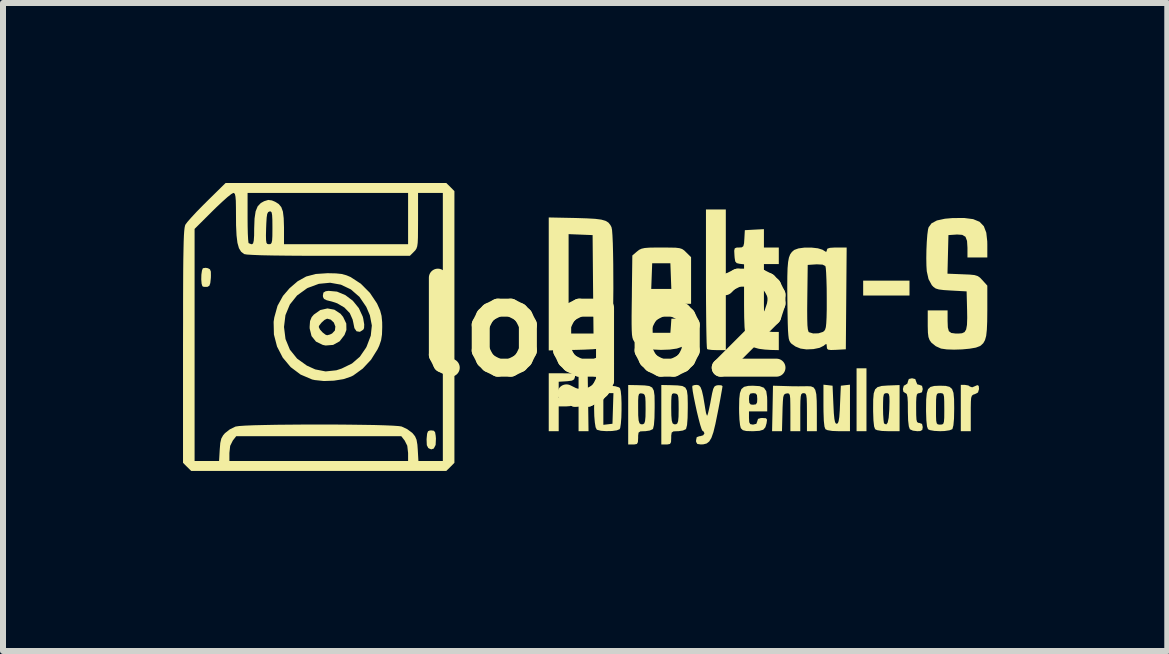
<source format=kicad_pcb>
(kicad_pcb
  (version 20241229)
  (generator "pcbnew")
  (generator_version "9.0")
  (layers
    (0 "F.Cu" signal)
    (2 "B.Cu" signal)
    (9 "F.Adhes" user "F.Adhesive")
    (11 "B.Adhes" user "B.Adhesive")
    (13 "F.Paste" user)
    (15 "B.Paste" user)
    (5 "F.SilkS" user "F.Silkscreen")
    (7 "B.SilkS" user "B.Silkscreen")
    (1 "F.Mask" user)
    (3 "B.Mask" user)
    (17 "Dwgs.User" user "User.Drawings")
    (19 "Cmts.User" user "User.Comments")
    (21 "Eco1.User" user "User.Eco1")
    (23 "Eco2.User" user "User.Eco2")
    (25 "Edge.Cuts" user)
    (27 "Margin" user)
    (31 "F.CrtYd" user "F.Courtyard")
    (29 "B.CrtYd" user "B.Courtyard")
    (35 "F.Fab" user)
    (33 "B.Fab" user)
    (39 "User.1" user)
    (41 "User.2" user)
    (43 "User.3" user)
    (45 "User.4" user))
  (footprint "logo2"
    (layer "F.Cu")
    (at 7.033 2.399)
    (property "Reference" "logo2" (at 0 0 0) (layer "F.SilkS") (effects (font (size 1.5 1.5) (thickness 0.3))))
    (attr board_only exclude_from_pos_files exclude_from_bom)
    (fp_poly (pts (xy -0.365 0.695) (xy -0.29 0.703) (xy -0.282 1.22) (xy -0.275 1.737) (xy -0.358 1.737) (xy -0.441 1.737) (xy -0.441 1.212) (xy -0.441 0.686)) (stroke (width 0) (type solid)) (fill yes) (layer "F.SilkS"))
    (fp_poly (pts (xy 4.357 1.213) (xy 4.357 1.737) (xy 4.275 1.737) (xy 4.192 1.737) (xy 4.192 1.213) (xy 4.192 0.689) (xy 4.275 0.689) (xy 4.357 0.689)) (stroke (width 0) (type solid)) (fill yes) (layer "F.SilkS"))
    (fp_poly (pts (xy 5.074 -0.648) (xy 5.074 -0.524) (xy 4.688 -0.524) (xy 4.302 -0.524) (xy 4.302 -0.648) (xy 4.302 -0.772) (xy 4.688 -0.772) (xy 5.074 -0.772)) (stroke (width 0) (type solid)) (fill yes) (layer "F.SilkS"))
    (fp_poly (pts (xy -2.854 1.729) (xy -2.832 1.754) (xy -2.822 1.813) (xy -2.818 1.859) (xy -2.823 1.966) (xy -2.854 2.026) (xy -2.896 2.04) (xy -2.928 2.027) (xy -2.946 2.017) (xy -2.97 1.97) (xy -2.974 1.873) (xy -2.973 1.859) (xy -2.965 1.778) (xy -2.95 1.738) (xy -2.919 1.725) (xy -2.896 1.724)) (stroke (width 0) (type solid)) (fill yes) (layer "F.SilkS"))
    (fp_poly (pts (xy 2.013 -0.786) (xy 2.013 0.386) (xy 1.866 0.386) (xy 1.78 0.383) (xy 1.719 0.375) (xy 1.701 0.368) (xy 1.697 0.337) (xy 1.693 0.257) (xy 1.69 0.134) (xy 1.687 -0.028) (xy 1.685 -0.22) (xy 1.683 -0.439) (xy 1.682 -0.679) (xy 1.682 -0.804) (xy 1.682 -1.958) (xy 1.848 -1.958) (xy 2.013 -1.958)) (stroke (width 0) (type solid)) (fill yes) (layer "F.SilkS"))
    (fp_poly (pts (xy -6.617 -0.979) (xy -6.584 -0.96) (xy -6.569 -0.923) (xy -6.568 -0.852) (xy -6.569 -0.818) (xy -6.578 -0.732) (xy -6.594 -0.687) (xy -6.625 -0.669) (xy -6.634 -0.668) (xy -6.689 -0.669) (xy -6.71 -0.679) (xy -6.723 -0.72) (xy -6.729 -0.791) (xy -6.727 -0.872) (xy -6.717 -0.942) (xy -6.702 -0.979) (xy -6.701 -0.979) (xy -6.655 -0.986)) (stroke (width 0) (type solid)) (fill yes) (layer "F.SilkS"))
    (fp_poly (pts (xy 6.055 0.975) (xy 6.081 0.993) (xy 6.118 1.006) (xy 6.15 0.993) (xy 6.205 0.969) (xy 6.228 0.982) (xy 6.233 1.034) (xy 6.216 1.092) (xy 6.164 1.119) (xy 6.134 1.129) (xy 6.114 1.146) (xy 6.102 1.181) (xy 6.097 1.244) (xy 6.095 1.345) (xy 6.095 1.437) (xy 6.095 1.737) (xy 6.012 1.737) (xy 5.929 1.737) (xy 5.929 1.351) (xy 5.929 0.965) (xy 5.997 0.965)) (stroke (width 0) (type solid)) (fill yes) (layer "F.SilkS"))
    (fp_poly (pts (xy -4.467 -0.589) (xy -4.328 -0.531) (xy -4.203 -0.437) (xy -4.103 -0.314) (xy -4.038 -0.173) (xy -4.029 -0.138) (xy -4.013 -0.041) (xy -4.016 0.019) (xy -4.029 0.045) (xy -4.085 0.081) (xy -4.141 0.072) (xy -4.176 0.021) (xy -4.178 0.014) (xy -4.195 -0.071) (xy -4.207 -0.125) (xy -4.254 -0.231) (xy -4.344 -0.324) (xy -4.463 -0.394) (xy -4.55 -0.423) (xy -4.638 -0.445) (xy -4.683 -0.467) (xy -4.7 -0.499) (xy -4.702 -0.525) (xy -4.693 -0.573) (xy -4.656 -0.595) (xy -4.608 -0.602)) (stroke (width 0) (type solid)) (fill yes) (layer "F.SilkS"))
    (fp_poly (pts (xy 4.082 1.35) (xy 4.082 1.737) (xy 3.894 1.737) (xy 3.787 1.733) (xy 3.708 1.72) (xy 3.673 1.704) (xy 3.657 1.66) (xy 3.646 1.563) (xy 3.641 1.414) (xy 3.64 1.316) (xy 3.64 0.962) (xy 3.716 0.97) (xy 3.792 0.979) (xy 3.806 1.296) (xy 3.813 1.437) (xy 3.822 1.53) (xy 3.833 1.585) (xy 3.848 1.61) (xy 3.861 1.613) (xy 3.88 1.604) (xy 3.893 1.569) (xy 3.904 1.501) (xy 3.912 1.391) (xy 3.916 1.296) (xy 3.93 0.979) (xy 4.006 0.97) (xy 4.082 0.962)) (stroke (width 0) (type solid)) (fill yes) (layer "F.SilkS"))
    (fp_poly (pts (xy -0.605 0.773) (xy -0.54 0.777) (xy -0.508 0.789) (xy -0.499 0.81) (xy -0.501 0.834) (xy -0.515 0.873) (xy -0.551 0.894) (xy -0.626 0.904) (xy -0.641 0.905) (xy -0.772 0.913) (xy -0.772 1.048) (xy -0.772 1.183) (xy -0.669 1.191) (xy -0.597 1.204) (xy -0.564 1.233) (xy -0.557 1.262) (xy -0.557 1.301) (xy -0.583 1.319) (xy -0.648 1.324) (xy -0.66 1.324) (xy -0.772 1.324) (xy -0.772 1.531) (xy -0.772 1.737) (xy -0.855 1.737) (xy -0.938 1.737) (xy -0.938 1.255) (xy -0.938 0.772) (xy -0.715 0.772)) (stroke (width 0) (type solid)) (fill yes) (layer "F.SilkS"))
    (fp_poly (pts (xy -4.511 -0.288) (xy -4.409 -0.221) (xy -4.365 -0.168) (xy -4.312 -0.057) (xy -4.31 0.05) (xy -4.342 0.134) (xy -4.423 0.239) (xy -4.531 0.299) (xy -4.656 0.309) (xy -4.704 0.299) (xy -4.817 0.244) (xy -4.891 0.152) (xy -4.922 0.027) (xy -4.923 0) (xy -4.771 0) (xy -4.751 0.042) (xy -4.706 0.092) (xy -4.656 0.13) (xy -4.631 0.138) (xy -4.585 0.126) (xy -4.549 0.109) (xy -4.502 0.059) (xy -4.494 -0.007) (xy -4.519 -0.073) (xy -4.571 -0.122) (xy -4.631 -0.138) (xy -4.674 -0.118) (xy -4.724 -0.073) (xy -4.763 -0.024) (xy -4.771 0) (xy -4.923 0) (xy -4.923 -0.002) (xy -4.916 -0.098) (xy -4.889 -0.164) (xy -4.853 -0.206) (xy -4.745 -0.282) (xy -4.626 -0.309)) (stroke (width 0) (type solid)) (fill yes) (layer "F.SilkS"))
    (fp_poly (pts (xy 0.172 0.988) (xy 0.234 1.007) (xy 0.249 1.02) (xy 0.262 1.069) (xy 0.271 1.156) (xy 0.275 1.268) (xy 0.275 1.39) (xy 0.272 1.509) (xy 0.264 1.611) (xy 0.253 1.682) (xy 0.243 1.704) (xy 0.196 1.723) (xy 0.115 1.734) (xy 0.02 1.736) (xy -0.069 1.73) (xy -0.132 1.714) (xy -0.138 1.71) (xy -0.157 1.672) (xy -0.17 1.592) (xy -0.179 1.485) (xy -0.182 1.363) (xy -0.18 1.242) (xy -0.173 1.134) (xy -0.168 1.103) (xy -0.028 1.103) (xy -0.028 1.367) (xy -0.028 1.631) (xy 0.048 1.622) (xy 0.124 1.613) (xy 0.132 1.358) (xy 0.14 1.103) (xy 0.056 1.103) (xy -0.028 1.103) (xy -0.168 1.103) (xy -0.16 1.053) (xy -0.143 1.015) (xy -0.093 0.992) (xy -0.011 0.98) (xy 0.084 0.979)) (stroke (width 0) (type solid)) (fill yes) (layer "F.SilkS"))
    (fp_poly (pts (xy 4.909 1.353) (xy 4.909 1.737) (xy 4.721 1.737) (xy 4.614 1.733) (xy 4.535 1.72) (xy 4.501 1.704) (xy 4.484 1.657) (xy 4.473 1.556) (xy 4.468 1.404) (xy 4.468 1.363) (xy 4.468 1.347) (xy 4.633 1.347) (xy 4.635 1.458) (xy 4.641 1.547) (xy 4.648 1.601) (xy 4.652 1.609) (xy 4.686 1.625) (xy 4.71 1.595) (xy 4.727 1.515) (xy 4.737 1.383) (xy 4.738 1.356) (xy 4.741 1.237) (xy 4.739 1.163) (xy 4.731 1.123) (xy 4.715 1.106) (xy 4.689 1.103) (xy 4.663 1.107) (xy 4.646 1.126) (xy 4.637 1.171) (xy 4.634 1.252) (xy 4.633 1.347) (xy 4.468 1.347) (xy 4.469 1.212) (xy 4.478 1.107) (xy 4.501 1.04) (xy 4.542 1.002) (xy 4.609 0.983) (xy 4.707 0.976) (xy 4.733 0.975) (xy 4.909 0.968)) (stroke (width 0) (type solid)) (fill yes) (layer "F.SilkS"))
    (fp_poly (pts (xy -0.49 -1.816) (xy -0.303 -1.81) (xy -0.163 -1.802) (xy -0.062 -1.789) (xy 0.008 -1.769) (xy 0.056 -1.74) (xy 0.089 -1.699) (xy 0.108 -1.662) (xy 0.117 -1.616) (xy 0.124 -1.523) (xy 0.13 -1.391) (xy 0.134 -1.229) (xy 0.137 -1.045) (xy 0.138 -0.848) (xy 0.139 -0.645) (xy 0.137 -0.445) (xy 0.135 -0.257) (xy 0.131 -0.087) (xy 0.126 0.054) (xy 0.119 0.159) (xy 0.111 0.22) (xy 0.108 0.228) (xy 0.081 0.278) (xy 0.044 0.315) (xy -0.009 0.342) (xy -0.086 0.36) (xy -0.197 0.371) (xy -0.349 0.378) (xy -0.49 0.382) (xy -0.938 0.391) (xy -0.938 -0.717) (xy -0.938 -1.547) (xy -0.607 -1.547) (xy -0.607 -0.718) (xy -0.607 0.11) (xy -0.399 0.11) (xy -0.192 0.11) (xy -0.2 -0.71) (xy -0.207 -1.531) (xy -0.407 -1.539) (xy -0.607 -1.547) (xy -0.938 -1.547) (xy -0.938 -1.825)) (stroke (width 0) (type solid)) (fill yes) (layer "F.SilkS"))
    (fp_poly (pts (xy 5.17 0.868) (xy 5.185 0.91) (xy 5.204 0.956) (xy 5.24 0.965) (xy 5.283 0.981) (xy 5.295 1.034) (xy 5.282 1.088) (xy 5.24 1.103) (xy 5.214 1.107) (xy 5.197 1.127) (xy 5.189 1.172) (xy 5.185 1.253) (xy 5.185 1.351) (xy 5.186 1.469) (xy 5.19 1.543) (xy 5.2 1.582) (xy 5.218 1.597) (xy 5.24 1.6) (xy 5.283 1.616) (xy 5.295 1.669) (xy 5.287 1.716) (xy 5.253 1.735) (xy 5.204 1.737) (xy 5.131 1.728) (xy 5.081 1.705) (xy 5.08 1.704) (xy 5.063 1.657) (xy 5.051 1.558) (xy 5.047 1.411) (xy 5.047 1.387) (xy 5.046 1.256) (xy 5.041 1.172) (xy 5.031 1.124) (xy 5.016 1.105) (xy 5.006 1.103) (xy 4.972 1.079) (xy 4.964 1.034) (xy 4.979 0.979) (xy 5.006 0.965) (xy 5.039 0.942) (xy 5.047 0.91) (xy 5.063 0.867) (xy 5.116 0.855)) (stroke (width 0) (type solid)) (fill yes) (layer "F.SilkS"))
    (fp_poly (pts (xy 2.979 0.984) (xy 3.116 0.988) (xy 3.223 0.989) (xy 3.325 0.988) (xy 3.371 0.987) (xy 3.432 0.99) (xy 3.476 1.008) (xy 3.504 1.049) (xy 3.521 1.121) (xy 3.528 1.232) (xy 3.53 1.39) (xy 3.53 1.396) (xy 3.53 1.737) (xy 3.447 1.737) (xy 3.365 1.737) (xy 3.365 1.42) (xy 3.364 1.284) (xy 3.361 1.194) (xy 3.354 1.14) (xy 3.342 1.113) (xy 3.323 1.104) (xy 3.309 1.103) (xy 3.286 1.107) (xy 3.27 1.123) (xy 3.261 1.161) (xy 3.256 1.232) (xy 3.254 1.343) (xy 3.254 1.42) (xy 3.254 1.737) (xy 3.172 1.737) (xy 3.089 1.737) (xy 3.089 1.418) (xy 3.088 1.282) (xy 3.086 1.192) (xy 3.08 1.138) (xy 3.068 1.113) (xy 3.049 1.106) (xy 3.027 1.108) (xy 3 1.115) (xy 2.982 1.132) (xy 2.97 1.169) (xy 2.964 1.237) (xy 2.959 1.344) (xy 2.957 1.427) (xy 2.949 1.737) (xy 2.867 1.737) (xy 2.784 1.737) (xy 2.792 1.358) (xy 2.799 0.979)) (stroke (width 0) (type solid)) (fill yes) (layer "F.SilkS"))
    (fp_poly (pts (xy 0.545 0.97) (xy 0.659 0.974) (xy 0.737 0.984) (xy 0.786 1.01) (xy 0.813 1.061) (xy 0.825 1.145) (xy 0.827 1.272) (xy 0.827 1.345) (xy 0.824 1.517) (xy 0.815 1.634) (xy 0.8 1.697) (xy 0.794 1.704) (xy 0.746 1.726) (xy 0.671 1.737) (xy 0.656 1.737) (xy 0.589 1.74) (xy 0.559 1.76) (xy 0.552 1.811) (xy 0.552 1.848) (xy 0.548 1.919) (xy 0.531 1.95) (xy 0.487 1.958) (xy 0.469 1.958) (xy 0.386 1.958) (xy 0.386 1.463) (xy 0.386 1.345) (xy 0.552 1.345) (xy 0.553 1.475) (xy 0.56 1.559) (xy 0.575 1.605) (xy 0.599 1.622) (xy 0.633 1.621) (xy 0.654 1.607) (xy 0.667 1.569) (xy 0.674 1.496) (xy 0.676 1.379) (xy 0.676 1.365) (xy 0.675 1.247) (xy 0.671 1.173) (xy 0.66 1.133) (xy 0.642 1.115) (xy 0.614 1.108) (xy 0.584 1.107) (xy 0.566 1.119) (xy 0.556 1.155) (xy 0.552 1.226) (xy 0.552 1.341) (xy 0.552 1.345) (xy 0.386 1.345) (xy 0.386 0.967)) (stroke (width 0) (type solid)) (fill yes) (layer "F.SilkS"))
    (fp_poly (pts (xy 1.096 0.97) (xy 1.21 0.974) (xy 1.288 0.984) (xy 1.338 1.01) (xy 1.365 1.061) (xy 1.376 1.145) (xy 1.379 1.272) (xy 1.379 1.345) (xy 1.376 1.517) (xy 1.367 1.634) (xy 1.351 1.697) (xy 1.346 1.704) (xy 1.298 1.726) (xy 1.223 1.737) (xy 1.208 1.737) (xy 1.141 1.74) (xy 1.111 1.76) (xy 1.103 1.811) (xy 1.103 1.848) (xy 1.1 1.919) (xy 1.082 1.95) (xy 1.038 1.958) (xy 1.02 1.958) (xy 0.938 1.958) (xy 0.938 1.463) (xy 0.938 1.345) (xy 1.103 1.345) (xy 1.105 1.475) (xy 1.112 1.559) (xy 1.126 1.605) (xy 1.151 1.622) (xy 1.185 1.621) (xy 1.205 1.607) (xy 1.218 1.569) (xy 1.225 1.496) (xy 1.227 1.379) (xy 1.227 1.365) (xy 1.226 1.247) (xy 1.222 1.173) (xy 1.212 1.133) (xy 1.193 1.115) (xy 1.165 1.108) (xy 1.136 1.107) (xy 1.117 1.119) (xy 1.108 1.155) (xy 1.104 1.226) (xy 1.103 1.341) (xy 1.103 1.345) (xy 0.938 1.345) (xy 0.938 0.967)) (stroke (width 0) (type solid)) (fill yes) (layer "F.SilkS"))
    (fp_poly (pts (xy 2.648 -1.477) (xy 2.648 -1.324) (xy 2.772 -1.324) (xy 2.896 -1.324) (xy 2.896 -1.186) (xy 2.896 -1.048) (xy 2.772 -1.048) (xy 2.648 -1.048) (xy 2.648 -0.526) (xy 2.648 -0.36) (xy 2.651 -0.211) (xy 2.654 -0.088) (xy 2.659 -0.002) (xy 2.664 0.039) (xy 2.664 0.039) (xy 2.705 0.072) (xy 2.788 0.083) (xy 2.896 0.083) (xy 2.896 0.234) (xy 2.896 0.386) (xy 2.765 0.383) (xy 2.665 0.377) (xy 2.572 0.365) (xy 2.549 0.36) (xy 2.48 0.34) (xy 2.427 0.313) (xy 2.386 0.272) (xy 2.357 0.211) (xy 2.337 0.123) (xy 2.325 0.002) (xy 2.319 -0.159) (xy 2.317 -0.366) (xy 2.317 -0.466) (xy 2.317 -1.044) (xy 2.241 -1.053) (xy 2.194 -1.064) (xy 2.17 -1.092) (xy 2.16 -1.153) (xy 2.157 -1.193) (xy 2.153 -1.272) (xy 2.162 -1.31) (xy 2.192 -1.323) (xy 2.231 -1.324) (xy 2.279 -1.327) (xy 2.305 -1.346) (xy 2.317 -1.394) (xy 2.322 -1.469) (xy 2.33 -1.613) (xy 2.489 -1.622) (xy 2.648 -1.63)) (stroke (width 0) (type solid)) (fill yes) (layer "F.SilkS"))
    (fp_poly (pts (xy 1.566 0.974) (xy 1.592 1.004) (xy 1.615 1.064) (xy 1.637 1.161) (xy 1.661 1.303) (xy 1.67 1.36) (xy 1.683 1.433) (xy 1.697 1.473) (xy 1.704 1.477) (xy 1.715 1.444) (xy 1.733 1.371) (xy 1.754 1.27) (xy 1.763 1.22) (xy 1.785 1.105) (xy 1.803 1.033) (xy 1.823 0.994) (xy 1.849 0.977) (xy 1.883 0.97) (xy 1.937 0.972) (xy 1.958 0.986) (xy 1.953 1.021) (xy 1.939 1.1) (xy 1.919 1.213) (xy 1.893 1.35) (xy 1.876 1.436) (xy 1.839 1.619) (xy 1.806 1.754) (xy 1.773 1.848) (xy 1.737 1.908) (xy 1.693 1.942) (xy 1.639 1.956) (xy 1.597 1.958) (xy 1.539 1.95) (xy 1.518 1.916) (xy 1.517 1.889) (xy 1.528 1.837) (xy 1.573 1.82) (xy 1.586 1.82) (xy 1.636 1.805) (xy 1.657 1.772) (xy 1.641 1.74) (xy 1.625 1.732) (xy 1.61 1.704) (xy 1.587 1.633) (xy 1.56 1.532) (xy 1.531 1.413) (xy 1.504 1.289) (xy 1.48 1.172) (xy 1.462 1.073) (xy 1.454 1.005) (xy 1.456 0.98) (xy 1.492 0.968) (xy 1.533 0.965)) (stroke (width 0) (type solid)) (fill yes) (layer "F.SilkS"))
    (fp_poly (pts (xy 2.576 0.986) (xy 2.648 1.013) (xy 2.687 1.07) (xy 2.701 1.166) (xy 2.703 1.231) (xy 2.703 1.407) (xy 2.551 1.407) (xy 2.399 1.407) (xy 2.399 1.517) (xy 2.403 1.588) (xy 2.421 1.619) (xy 2.462 1.627) (xy 2.468 1.627) (xy 2.522 1.614) (xy 2.537 1.572) (xy 2.55 1.532) (xy 2.596 1.518) (xy 2.623 1.517) (xy 2.682 1.521) (xy 2.7 1.545) (xy 2.692 1.605) (xy 2.672 1.672) (xy 2.637 1.712) (xy 2.574 1.731) (xy 2.471 1.737) (xy 2.449 1.737) (xy 2.353 1.734) (xy 2.297 1.72) (xy 2.267 1.691) (xy 2.262 1.684) (xy 2.25 1.634) (xy 2.24 1.545) (xy 2.235 1.43) (xy 2.234 1.358) (xy 2.237 1.207) (xy 2.237 1.2) (xy 2.399 1.2) (xy 2.405 1.265) (xy 2.428 1.292) (xy 2.468 1.296) (xy 2.515 1.289) (xy 2.534 1.257) (xy 2.537 1.2) (xy 2.532 1.134) (xy 2.509 1.108) (xy 2.468 1.103) (xy 2.422 1.11) (xy 2.403 1.143) (xy 2.399 1.2) (xy 2.237 1.2) (xy 2.248 1.102) (xy 2.273 1.035) (xy 2.317 0.998) (xy 2.385 0.982) (xy 2.462 0.979)) (stroke (width 0) (type solid)) (fill yes) (layer "F.SilkS"))
    (fp_poly (pts (xy 5.678 0.982) (xy 5.742 0.998) (xy 5.783 1.033) (xy 5.807 1.098) (xy 5.817 1.201) (xy 5.819 1.349) (xy 5.819 1.363) (xy 5.816 1.527) (xy 5.806 1.639) (xy 5.79 1.699) (xy 5.786 1.704) (xy 5.741 1.722) (xy 5.66 1.734) (xy 5.585 1.737) (xy 5.488 1.732) (xy 5.414 1.719) (xy 5.383 1.704) (xy 5.366 1.657) (xy 5.355 1.556) (xy 5.35 1.404) (xy 5.35 1.365) (xy 5.516 1.365) (xy 5.516 1.487) (xy 5.519 1.563) (xy 5.528 1.605) (xy 5.545 1.623) (xy 5.573 1.627) (xy 5.585 1.627) (xy 5.617 1.625) (xy 5.637 1.613) (xy 5.648 1.58) (xy 5.653 1.515) (xy 5.654 1.409) (xy 5.654 1.365) (xy 5.653 1.244) (xy 5.65 1.167) (xy 5.641 1.125) (xy 5.624 1.107) (xy 5.596 1.103) (xy 5.585 1.103) (xy 5.553 1.105) (xy 5.533 1.117) (xy 5.522 1.151) (xy 5.517 1.215) (xy 5.516 1.321) (xy 5.516 1.365) (xy 5.35 1.365) (xy 5.35 1.363) (xy 5.352 1.211) (xy 5.362 1.105) (xy 5.383 1.037) (xy 5.423 1) (xy 5.486 0.983) (xy 5.576 0.979) (xy 5.585 0.979)) (stroke (width 0) (type solid)) (fill yes) (layer "F.SilkS"))
    (fp_poly (pts (xy 1.081 -1.323) (xy 1.178 -1.321) (xy 1.242 -1.313) (xy 1.285 -1.299) (xy 1.319 -1.276) (xy 1.353 -1.243) (xy 1.434 -1.163) (xy 1.434 -0.774) (xy 1.434 -0.386) (xy 1.102 -0.386) (xy 0.77 -0.386) (xy 0.778 -0.145) (xy 0.786 0.097) (xy 0.938 0.097) (xy 1.089 0.097) (xy 1.098 -0.021) (xy 1.106 -0.138) (xy 1.273 -0.138) (xy 1.441 -0.138) (xy 1.429 0.042) (xy 1.411 0.175) (xy 1.37 0.266) (xy 1.3 0.324) (xy 1.197 0.36) (xy 1.077 0.377) (xy 0.93 0.382) (xy 0.782 0.375) (xy 0.662 0.358) (xy 0.576 0.32) (xy 0.503 0.261) (xy 0.502 0.261) (xy 0.483 0.237) (xy 0.468 0.212) (xy 0.457 0.178) (xy 0.449 0.128) (xy 0.445 0.057) (xy 0.443 -0.045) (xy 0.443 -0.183) (xy 0.445 -0.365) (xy 0.447 -0.502) (xy 0.448 -0.634) (xy 0.77 -0.634) (xy 0.938 -0.634) (xy 1.105 -0.634) (xy 1.097 -0.848) (xy 1.089 -1.062) (xy 0.938 -1.062) (xy 0.786 -1.062) (xy 0.778 -0.848) (xy 0.77 -0.634) (xy 0.448 -0.634) (xy 0.455 -1.191) (xy 0.532 -1.257) (xy 0.569 -1.286) (xy 0.608 -1.304) (xy 0.661 -1.316) (xy 0.739 -1.322) (xy 0.855 -1.324) (xy 0.941 -1.324)) (stroke (width 0) (type solid)) (fill yes) (layer "F.SilkS"))
    (fp_poly (pts (xy -4.485 -0.893) (xy -4.388 -0.883) (xy -4.309 -0.861) (xy -4.24 -0.832) (xy -4.07 -0.721) (xy -3.919 -0.569) (xy -3.801 -0.393) (xy -3.792 -0.374) (xy -3.748 -0.275) (xy -3.724 -0.184) (xy -3.714 -0.079) (xy -3.713 0) (xy -3.717 0.126) (xy -3.732 0.222) (xy -3.763 0.313) (xy -3.792 0.374) (xy -3.899 0.545) (xy -4.038 0.694) (xy -4.195 0.808) (xy -4.233 0.827) (xy -4.361 0.87) (xy -4.519 0.895) (xy -4.685 0.901) (xy -4.836 0.885) (xy -4.882 0.875) (xy -5.074 0.793) (xy -5.239 0.669) (xy -5.371 0.511) (xy -5.466 0.327) (xy -5.518 0.126) (xy -5.521 0) (xy -5.35 0) (xy -5.325 0.201) (xy -5.252 0.378) (xy -5.132 0.527) (xy -4.969 0.644) (xy -4.83 0.707) (xy -4.657 0.741) (xy -4.478 0.722) (xy -4.389 0.693) (xy -4.217 0.609) (xy -4.086 0.496) (xy -3.983 0.346) (xy -3.972 0.324) (xy -3.904 0.145) (xy -3.886 -0.024) (xy -3.919 -0.195) (xy -3.979 -0.335) (xy -4.093 -0.502) (xy -4.236 -0.626) (xy -4.402 -0.705) (xy -4.582 -0.737) (xy -4.769 -0.719) (xy -4.956 -0.65) (xy -4.967 -0.644) (xy -5.132 -0.525) (xy -5.252 -0.375) (xy -5.326 -0.197) (xy -5.35 0) (xy -5.521 0) (xy -5.523 -0.085) (xy -5.512 -0.158) (xy -5.458 -0.353) (xy -5.367 -0.518) (xy -5.258 -0.645) (xy -5.121 -0.763) (xy -4.98 -0.841) (xy -4.821 -0.883) (xy -4.627 -0.896) (xy -4.619 -0.896)) (stroke (width 0) (type solid)) (fill yes) (layer "F.SilkS"))
    (fp_poly (pts (xy 4.02 -0.476) (xy 4.013 0.372) (xy 3.854 0.381) (xy 3.765 0.384) (xy 3.717 0.378) (xy 3.699 0.358) (xy 3.696 0.328) (xy 3.692 0.286) (xy 3.671 0.29) (xy 3.645 0.313) (xy 3.575 0.348) (xy 3.472 0.369) (xy 3.357 0.374) (xy 3.258 0.36) (xy 3.174 0.326) (xy 3.106 0.278) (xy 3.088 0.257) (xy 3.073 0.231) (xy 3.062 0.193) (xy 3.055 0.136) (xy 3.049 0.052) (xy 3.045 -0.065) (xy 3.042 -0.223) (xy 3.041 -0.285) (xy 3.369 -0.285) (xy 3.37 -0.135) (xy 3.373 -0.029) (xy 3.38 0.04) (xy 3.391 0.078) (xy 3.398 0.087) (xy 3.468 0.108) (xy 3.555 0.106) (xy 3.63 0.083) (xy 3.652 0.067) (xy 3.668 0.043) (xy 3.68 0.003) (xy 3.687 -0.062) (xy 3.692 -0.159) (xy 3.695 -0.295) (xy 3.695 -0.478) (xy 3.694 -0.64) (xy 3.69 -0.785) (xy 3.685 -0.902) (xy 3.679 -0.982) (xy 3.672 -1.015) (xy 3.625 -1.039) (xy 3.527 -1.044) (xy 3.514 -1.043) (xy 3.378 -1.034) (xy 3.371 -0.485) (xy 3.369 -0.285) (xy 3.041 -0.285) (xy 3.039 -0.429) (xy 3.039 -0.433) (xy 3.037 -0.661) (xy 3.038 -0.841) (xy 3.042 -0.979) (xy 3.051 -1.082) (xy 3.065 -1.157) (xy 3.086 -1.211) (xy 3.114 -1.25) (xy 3.15 -1.281) (xy 3.154 -1.284) (xy 3.223 -1.309) (xy 3.326 -1.323) (xy 3.441 -1.323) (xy 3.547 -1.311) (xy 3.625 -1.287) (xy 3.634 -1.281) (xy 3.679 -1.253) (xy 3.694 -1.26) (xy 3.696 -1.281) (xy 3.707 -1.306) (xy 3.749 -1.319) (xy 3.831 -1.324) (xy 3.861 -1.324) (xy 4.027 -1.324)) (stroke (width 0) (type solid)) (fill yes) (layer "F.SilkS"))
    (fp_poly (pts (xy 6.135 -1.797) (xy 6.242 -1.753) (xy 6.313 -1.679) (xy 6.354 -1.571) (xy 6.37 -1.426) (xy 6.371 -1.372) (xy 6.371 -1.158) (xy 6.205 -1.158) (xy 6.04 -1.158) (xy 6.04 -1.32) (xy 6.033 -1.434) (xy 6.007 -1.503) (xy 5.953 -1.535) (xy 5.864 -1.541) (xy 5.842 -1.539) (xy 5.723 -1.531) (xy 5.715 -1.209) (xy 5.707 -0.888) (xy 5.958 -0.878) (xy 6.078 -0.873) (xy 6.157 -0.865) (xy 6.209 -0.849) (xy 6.248 -0.823) (xy 6.288 -0.781) (xy 6.29 -0.779) (xy 6.371 -0.689) (xy 6.371 -0.277) (xy 6.369 -0.091) (xy 6.363 0.048) (xy 6.352 0.149) (xy 6.332 0.22) (xy 6.304 0.27) (xy 6.264 0.308) (xy 6.247 0.319) (xy 6.181 0.344) (xy 6.077 0.362) (xy 5.95 0.374) (xy 5.817 0.378) (xy 5.695 0.374) (xy 5.599 0.36) (xy 5.513 0.321) (xy 5.441 0.263) (xy 5.44 0.263) (xy 5.409 0.219) (xy 5.39 0.168) (xy 5.381 0.095) (xy 5.378 -0.015) (xy 5.378 -0.043) (xy 5.378 -0.276) (xy 5.543 -0.276) (xy 5.709 -0.276) (xy 5.709 -0.099) (xy 5.713 0.007) (xy 5.73 0.07) (xy 5.771 0.1) (xy 5.846 0.11) (xy 5.887 0.11) (xy 5.949 0.105) (xy 5.992 0.085) (xy 6.018 0.042) (xy 6.032 -0.034) (xy 6.036 -0.149) (xy 6.034 -0.28) (xy 6.026 -0.593) (xy 5.768 -0.607) (xy 5.645 -0.615) (xy 5.564 -0.625) (xy 5.511 -0.641) (xy 5.474 -0.667) (xy 5.446 -0.696) (xy 5.391 -0.798) (xy 5.362 -0.928) (xy 5.356 -1.022) (xy 5.354 -1.145) (xy 5.356 -1.281) (xy 5.362 -1.416) (xy 5.371 -1.536) (xy 5.383 -1.625) (xy 5.392 -1.66) (xy 5.441 -1.727) (xy 5.531 -1.775) (xy 5.665 -1.804) (xy 5.792 -1.815) (xy 5.987 -1.816)) (stroke (width 0) (type solid)) (fill yes) (layer "F.SilkS"))
    (fp_poly (pts (xy -2.577 -2.332) (xy -2.51 -2.264) (xy -2.51 0) (xy -2.51 2.264) (xy -2.577 2.332) (xy -2.645 2.399) (xy -4.771 2.399) (xy -6.897 2.399) (xy -6.965 2.332) (xy -7.033 2.264) (xy -7.033 2.234) (xy -6.84 2.234) (xy -6.636 2.234) (xy -6.432 2.234) (xy -6.26 2.234) (xy -4.771 2.234) (xy -3.282 2.234) (xy -3.282 2.1) (xy -3.296 1.979) (xy -3.339 1.893) (xy -3.396 1.82) (xy -4.771 1.82) (xy -6.146 1.82) (xy -6.203 1.893) (xy -6.247 1.981) (xy -6.26 2.1) (xy -6.26 2.234) (xy -6.432 2.234) (xy -6.421 2.042) (xy -6.412 1.933) (xy -6.395 1.86) (xy -6.365 1.806) (xy -6.334 1.77) (xy -6.254 1.707) (xy -6.161 1.661) (xy -6.152 1.659) (xy -6.098 1.651) (xy -5.996 1.644) (xy -5.852 1.638) (xy -5.674 1.634) (xy -5.469 1.63) (xy -5.243 1.628) (xy -5.004 1.626) (xy -4.758 1.626) (xy -4.512 1.626) (xy -4.274 1.628) (xy -4.05 1.631) (xy -3.847 1.634) (xy -3.673 1.639) (xy -3.533 1.645) (xy -3.436 1.652) (xy -3.39 1.659) (xy -3.298 1.702) (xy -3.214 1.764) (xy -3.208 1.77) (xy -3.166 1.822) (xy -3.141 1.88) (xy -3.127 1.962) (xy -3.121 2.042) (xy -3.11 2.234) (xy -2.906 2.234) (xy -2.703 2.234) (xy -2.703 0) (xy -2.703 -2.234) (xy -2.91 -2.234) (xy -3.116 -2.234) (xy -3.116 -1.778) (xy -3.117 -1.609) (xy -3.118 -1.487) (xy -3.122 -1.401) (xy -3.13 -1.344) (xy -3.143 -1.306) (xy -3.161 -1.278) (xy -3.184 -1.254) (xy -3.252 -1.186) (xy -4.606 -1.186) (xy -4.967 -1.186) (xy -5.273 -1.188) (xy -5.525 -1.191) (xy -5.725 -1.195) (xy -5.873 -1.201) (xy -5.969 -1.207) (xy -6.015 -1.215) (xy -6.016 -1.216) (xy -6.065 -1.254) (xy -6.101 -1.313) (xy -6.126 -1.402) (xy -6.141 -1.526) (xy -6.149 -1.693) (xy -6.15 -1.833) (xy -6.151 -1.991) (xy -6.153 -2.102) (xy -6.159 -2.173) (xy -6.168 -2.214) (xy -6.182 -2.231) (xy -6.194 -2.234) (xy -5.957 -2.234) (xy -5.957 -1.825) (xy -5.956 -1.68) (xy -5.953 -1.555) (xy -5.948 -1.46) (xy -5.942 -1.406) (xy -5.939 -1.397) (xy -5.897 -1.38) (xy -5.883 -1.379) (xy -5.865 -1.393) (xy -5.854 -1.439) (xy -5.848 -1.524) (xy -5.651 -1.524) (xy -5.649 -1.446) (xy -5.642 -1.402) (xy -5.627 -1.383) (xy -5.603 -1.379) (xy -5.599 -1.379) (xy -5.574 -1.382) (xy -5.558 -1.4) (xy -5.548 -1.441) (xy -5.544 -1.515) (xy -5.543 -1.634) (xy -5.543 -1.657) (xy -5.544 -1.783) (xy -5.548 -1.863) (xy -5.556 -1.908) (xy -5.571 -1.925) (xy -5.592 -1.925) (xy -5.614 -1.914) (xy -5.63 -1.883) (xy -5.639 -1.823) (xy -5.645 -1.723) (xy -5.648 -1.648) (xy -5.651 -1.524) (xy -5.848 -1.524) (xy -5.848 -1.525) (xy -5.847 -1.642) (xy -5.841 -1.807) (xy -5.823 -1.927) (xy -5.789 -2.01) (xy -5.736 -2.066) (xy -5.681 -2.096) (xy -5.613 -2.117) (xy -5.552 -2.109) (xy -5.499 -2.087) (xy -5.437 -2.048) (xy -5.395 -1.997) (xy -5.368 -1.922) (xy -5.355 -1.813) (xy -5.35 -1.661) (xy -5.35 -1.639) (xy -5.35 -1.379) (xy -4.316 -1.379) (xy -3.282 -1.379) (xy -3.282 -1.806) (xy -3.282 -2.234) (xy -4.619 -2.234) (xy -5.957 -2.234) (xy -6.194 -2.234) (xy -6.228 -2.215) (xy -6.293 -2.164) (xy -6.38 -2.086) (xy -6.482 -1.99) (xy -6.539 -1.934) (xy -6.84 -1.634) (xy -6.84 0.3) (xy -6.84 2.234) (xy -7.033 2.234) (xy -7.033 0.317) (xy -7.032 -0.067) (xy -7.032 -0.4) (xy -7.031 -0.686) (xy -7.03 -0.927) (xy -7.028 -1.127) (xy -7.025 -1.291) (xy -7.022 -1.422) (xy -7.018 -1.523) (xy -7.013 -1.598) (xy -7.007 -1.652) (xy -7 -1.686) (xy -6.994 -1.704) (xy -6.961 -1.749) (xy -6.896 -1.823) (xy -6.807 -1.919) (xy -6.702 -2.026) (xy -6.639 -2.089) (xy -6.324 -2.399) (xy -4.485 -2.399) (xy -2.645 -2.399)) (stroke (width 0) (type solid)) (fill yes) (layer "F.SilkS")))
  (gr_rect
    (start -3 -3)
    (end 16.403 7.799)
    (stroke (width 0.1) (type default))
    (fill no)
    (layer "Edge.Cuts")))
</source>
